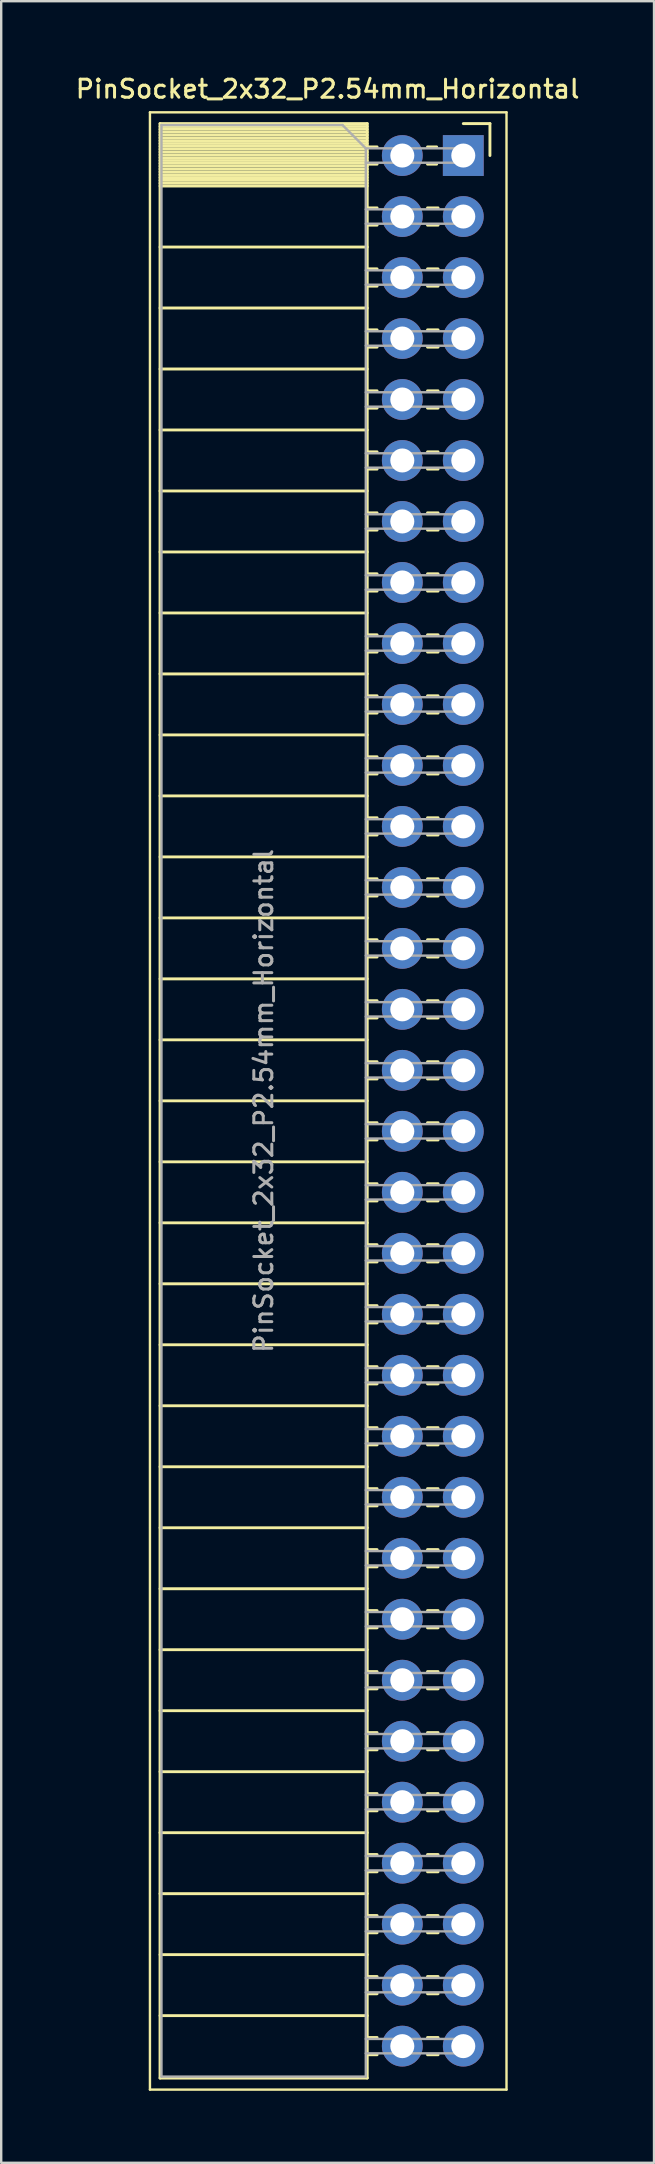
<source format=kicad_pcb>
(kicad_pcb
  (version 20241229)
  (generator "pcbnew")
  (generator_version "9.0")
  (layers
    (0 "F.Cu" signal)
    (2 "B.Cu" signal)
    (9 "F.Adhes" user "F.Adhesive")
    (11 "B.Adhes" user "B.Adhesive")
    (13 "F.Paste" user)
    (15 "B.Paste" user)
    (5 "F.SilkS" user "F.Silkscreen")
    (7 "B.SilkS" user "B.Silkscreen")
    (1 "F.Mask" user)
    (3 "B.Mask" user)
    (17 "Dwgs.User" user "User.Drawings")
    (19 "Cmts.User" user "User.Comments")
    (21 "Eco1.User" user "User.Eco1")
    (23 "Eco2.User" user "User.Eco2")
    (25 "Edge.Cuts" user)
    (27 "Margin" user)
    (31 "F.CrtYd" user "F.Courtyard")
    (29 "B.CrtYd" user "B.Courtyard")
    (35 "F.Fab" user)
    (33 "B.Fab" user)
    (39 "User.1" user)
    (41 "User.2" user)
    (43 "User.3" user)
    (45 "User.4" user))
  (footprint "PinSocket_2x32_P2.54mm_Horizontal"
    (layer "F.Cu")
    (at 16.245 3.428)
    (property "Reference" "PinSocket_2x32_P2.54mm_Horizontal" (at -5.65 -2.77 0) (layer "F.SilkS") (effects (font (size 0.75 0.75) (thickness 0.125))))
    (attr through_hole)
    (fp_line (start -13.05 -1.8) (end -13.05 80.55) (stroke (width 0.1) (type solid)) (layer "F.SilkS"))
    (fp_line (start -13.05 80.55) (end 1.8 80.55) (stroke (width 0.1) (type solid)) (layer "F.SilkS"))
    (fp_line (start -12.63 -1.33) (end -12.63 80.07) (stroke (width 0.12) (type solid)) (layer "F.SilkS"))
    (fp_line (start -12.63 -1.33) (end -4 -1.33) (stroke (width 0.12) (type solid)) (layer "F.SilkS"))
    (fp_line (start -12.63 -1.21) (end -4 -1.21) (stroke (width 0.12) (type solid)) (layer "F.SilkS"))
    (fp_line (start -12.63 -1.092) (end -4 -1.092) (stroke (width 0.12) (type solid)) (layer "F.SilkS"))
    (fp_line (start -12.63 -0.974) (end -4 -0.974) (stroke (width 0.12) (type solid)) (layer "F.SilkS"))
    (fp_line (start -12.63 -0.856) (end -4 -0.856) (stroke (width 0.12) (type solid)) (layer "F.SilkS"))
    (fp_line (start -12.63 -0.738) (end -4 -0.738) (stroke (width 0.12) (type solid)) (layer "F.SilkS"))
    (fp_line (start -12.63 -0.62) (end -4 -0.62) (stroke (width 0.12) (type solid)) (layer "F.SilkS"))
    (fp_line (start -12.63 -0.501) (end -4 -0.501) (stroke (width 0.12) (type solid)) (layer "F.SilkS"))
    (fp_line (start -12.63 -0.383) (end -4 -0.383) (stroke (width 0.12) (type solid)) (layer "F.SilkS"))
    (fp_line (start -12.63 -0.265) (end -4 -0.265) (stroke (width 0.12) (type solid)) (layer "F.SilkS"))
    (fp_line (start -12.63 -0.147) (end -4 -0.147) (stroke (width 0.12) (type solid)) (layer "F.SilkS"))
    (fp_line (start -12.63 -0.029) (end -4 -0.029) (stroke (width 0.12) (type solid)) (layer "F.SilkS"))
    (fp_line (start -12.63 0.089) (end -4 0.089) (stroke (width 0.12) (type solid)) (layer "F.SilkS"))
    (fp_line (start -12.63 0.207) (end -4 0.207) (stroke (width 0.12) (type solid)) (layer "F.SilkS"))
    (fp_line (start -12.63 0.325) (end -4 0.325) (stroke (width 0.12) (type solid)) (layer "F.SilkS"))
    (fp_line (start -12.63 0.443) (end -4 0.443) (stroke (width 0.12) (type solid)) (layer "F.SilkS"))
    (fp_line (start -12.63 0.561) (end -4 0.561) (stroke (width 0.12) (type solid)) (layer "F.SilkS"))
    (fp_line (start -12.63 0.68) (end -4 0.68) (stroke (width 0.12) (type solid)) (layer "F.SilkS"))
    (fp_line (start -12.63 0.798) (end -4 0.798) (stroke (width 0.12) (type solid)) (layer "F.SilkS"))
    (fp_line (start -12.63 0.916) (end -4 0.916) (stroke (width 0.12) (type solid)) (layer "F.SilkS"))
    (fp_line (start -12.63 1.034) (end -4 1.034) (stroke (width 0.12) (type solid)) (layer "F.SilkS"))
    (fp_line (start -12.63 1.152) (end -4 1.152) (stroke (width 0.12) (type solid)) (layer "F.SilkS"))
    (fp_line (start -12.63 1.27) (end -4 1.27) (stroke (width 0.12) (type solid)) (layer "F.SilkS"))
    (fp_line (start -12.63 3.81) (end -4 3.81) (stroke (width 0.12) (type solid)) (layer "F.SilkS"))
    (fp_line (start -12.63 6.35) (end -4 6.35) (stroke (width 0.12) (type solid)) (layer "F.SilkS"))
    (fp_line (start -12.63 8.89) (end -4 8.89) (stroke (width 0.12) (type solid)) (layer "F.SilkS"))
    (fp_line (start -12.63 11.43) (end -4 11.43) (stroke (width 0.12) (type solid)) (layer "F.SilkS"))
    (fp_line (start -12.63 13.97) (end -4 13.97) (stroke (width 0.12) (type solid)) (layer "F.SilkS"))
    (fp_line (start -12.63 16.51) (end -4 16.51) (stroke (width 0.12) (type solid)) (layer "F.SilkS"))
    (fp_line (start -12.63 19.05) (end -4 19.05) (stroke (width 0.12) (type solid)) (layer "F.SilkS"))
    (fp_line (start -12.63 21.59) (end -4 21.59) (stroke (width 0.12) (type solid)) (layer "F.SilkS"))
    (fp_line (start -12.63 24.13) (end -4 24.13) (stroke (width 0.12) (type solid)) (layer "F.SilkS"))
    (fp_line (start -12.63 26.67) (end -4 26.67) (stroke (width 0.12) (type solid)) (layer "F.SilkS"))
    (fp_line (start -12.63 29.21) (end -4 29.21) (stroke (width 0.12) (type solid)) (layer "F.SilkS"))
    (fp_line (start -12.63 31.75) (end -4 31.75) (stroke (width 0.12) (type solid)) (layer "F.SilkS"))
    (fp_line (start -12.63 34.29) (end -4 34.29) (stroke (width 0.12) (type solid)) (layer "F.SilkS"))
    (fp_line (start -12.63 36.83) (end -4 36.83) (stroke (width 0.12) (type solid)) (layer "F.SilkS"))
    (fp_line (start -12.63 39.37) (end -4 39.37) (stroke (width 0.12) (type solid)) (layer "F.SilkS"))
    (fp_line (start -12.63 41.91) (end -4 41.91) (stroke (width 0.12) (type solid)) (layer "F.SilkS"))
    (fp_line (start -12.63 44.45) (end -4 44.45) (stroke (width 0.12) (type solid)) (layer "F.SilkS"))
    (fp_line (start -12.63 46.99) (end -4 46.99) (stroke (width 0.12) (type solid)) (layer "F.SilkS"))
    (fp_line (start -12.63 49.53) (end -4 49.53) (stroke (width 0.12) (type solid)) (layer "F.SilkS"))
    (fp_line (start -12.63 52.07) (end -4 52.07) (stroke (width 0.12) (type solid)) (layer "F.SilkS"))
    (fp_line (start -12.63 54.61) (end -4 54.61) (stroke (width 0.12) (type solid)) (layer "F.SilkS"))
    (fp_line (start -12.63 57.15) (end -4 57.15) (stroke (width 0.12) (type solid)) (layer "F.SilkS"))
    (fp_line (start -12.63 59.69) (end -4 59.69) (stroke (width 0.12) (type solid)) (layer "F.SilkS"))
    (fp_line (start -12.63 62.23) (end -4 62.23) (stroke (width 0.12) (type solid)) (layer "F.SilkS"))
    (fp_line (start -12.63 64.77) (end -4 64.77) (stroke (width 0.12) (type solid)) (layer "F.SilkS"))
    (fp_line (start -12.63 67.31) (end -4 67.31) (stroke (width 0.12) (type solid)) (layer "F.SilkS"))
    (fp_line (start -12.63 69.85) (end -4 69.85) (stroke (width 0.12) (type solid)) (layer "F.SilkS"))
    (fp_line (start -12.63 72.39) (end -4 72.39) (stroke (width 0.12) (type solid)) (layer "F.SilkS"))
    (fp_line (start -12.63 74.93) (end -4 74.93) (stroke (width 0.12) (type solid)) (layer "F.SilkS"))
    (fp_line (start -12.63 77.47) (end -4 77.47) (stroke (width 0.12) (type solid)) (layer "F.SilkS"))
    (fp_line (start -12.63 80.07) (end -4 80.07) (stroke (width 0.12) (type solid)) (layer "F.SilkS"))
    (fp_line (start -4 -1.33) (end -4 80.07) (stroke (width 0.12) (type solid)) (layer "F.SilkS"))
    (fp_line (start -4 -0.36) (end -3.59 -0.36) (stroke (width 0.12) (type solid)) (layer "F.SilkS"))
    (fp_line (start -4 0.36) (end -3.59 0.36) (stroke (width 0.12) (type solid)) (layer "F.SilkS"))
    (fp_line (start -4 2.18) (end -3.59 2.18) (stroke (width 0.12) (type solid)) (layer "F.SilkS"))
    (fp_line (start -4 2.9) (end -3.59 2.9) (stroke (width 0.12) (type solid)) (layer "F.SilkS"))
    (fp_line (start -4 4.72) (end -3.59 4.72) (stroke (width 0.12) (type solid)) (layer "F.SilkS"))
    (fp_line (start -4 5.44) (end -3.59 5.44) (stroke (width 0.12) (type solid)) (layer "F.SilkS"))
    (fp_line (start -4 7.26) (end -3.59 7.26) (stroke (width 0.12) (type solid)) (layer "F.SilkS"))
    (fp_line (start -4 7.98) (end -3.59 7.98) (stroke (width 0.12) (type solid)) (layer "F.SilkS"))
    (fp_line (start -4 9.8) (end -3.59 9.8) (stroke (width 0.12) (type solid)) (layer "F.SilkS"))
    (fp_line (start -4 10.52) (end -3.59 10.52) (stroke (width 0.12) (type solid)) (layer "F.SilkS"))
    (fp_line (start -4 12.34) (end -3.59 12.34) (stroke (width 0.12) (type solid)) (layer "F.SilkS"))
    (fp_line (start -4 13.06) (end -3.59 13.06) (stroke (width 0.12) (type solid)) (layer "F.SilkS"))
    (fp_line (start -4 14.88) (end -3.59 14.88) (stroke (width 0.12) (type solid)) (layer "F.SilkS"))
    (fp_line (start -4 15.6) (end -3.59 15.6) (stroke (width 0.12) (type solid)) (layer "F.SilkS"))
    (fp_line (start -4 17.42) (end -3.59 17.42) (stroke (width 0.12) (type solid)) (layer "F.SilkS"))
    (fp_line (start -4 18.14) (end -3.59 18.14) (stroke (width 0.12) (type solid)) (layer "F.SilkS"))
    (fp_line (start -4 19.96) (end -3.59 19.96) (stroke (width 0.12) (type solid)) (layer "F.SilkS"))
    (fp_line (start -4 20.68) (end -3.59 20.68) (stroke (width 0.12) (type solid)) (layer "F.SilkS"))
    (fp_line (start -4 22.5) (end -3.59 22.5) (stroke (width 0.12) (type solid)) (layer "F.SilkS"))
    (fp_line (start -4 23.22) (end -3.59 23.22) (stroke (width 0.12) (type solid)) (layer "F.SilkS"))
    (fp_line (start -4 25.04) (end -3.59 25.04) (stroke (width 0.12) (type solid)) (layer "F.SilkS"))
    (fp_line (start -4 25.76) (end -3.59 25.76) (stroke (width 0.12) (type solid)) (layer "F.SilkS"))
    (fp_line (start -4 27.58) (end -3.59 27.58) (stroke (width 0.12) (type solid)) (layer "F.SilkS"))
    (fp_line (start -4 28.3) (end -3.59 28.3) (stroke (width 0.12) (type solid)) (layer "F.SilkS"))
    (fp_line (start -4 30.12) (end -3.59 30.12) (stroke (width 0.12) (type solid)) (layer "F.SilkS"))
    (fp_line (start -4 30.84) (end -3.59 30.84) (stroke (width 0.12) (type solid)) (layer "F.SilkS"))
    (fp_line (start -4 32.66) (end -3.59 32.66) (stroke (width 0.12) (type solid)) (layer "F.SilkS"))
    (fp_line (start -4 33.38) (end -3.59 33.38) (stroke (width 0.12) (type solid)) (layer "F.SilkS"))
    (fp_line (start -4 35.2) (end -3.59 35.2) (stroke (width 0.12) (type solid)) (layer "F.SilkS"))
    (fp_line (start -4 35.92) (end -3.59 35.92) (stroke (width 0.12) (type solid)) (layer "F.SilkS"))
    (fp_line (start -4 37.74) (end -3.59 37.74) (stroke (width 0.12) (type solid)) (layer "F.SilkS"))
    (fp_line (start -4 38.46) (end -3.59 38.46) (stroke (width 0.12) (type solid)) (layer "F.SilkS"))
    (fp_line (start -4 40.28) (end -3.59 40.28) (stroke (width 0.12) (type solid)) (layer "F.SilkS"))
    (fp_line (start -4 41) (end -3.59 41) (stroke (width 0.12) (type solid)) (layer "F.SilkS"))
    (fp_line (start -4 42.82) (end -3.59 42.82) (stroke (width 0.12) (type solid)) (layer "F.SilkS"))
    (fp_line (start -4 43.54) (end -3.59 43.54) (stroke (width 0.12) (type solid)) (layer "F.SilkS"))
    (fp_line (start -4 45.36) (end -3.59 45.36) (stroke (width 0.12) (type solid)) (layer "F.SilkS"))
    (fp_line (start -4 46.08) (end -3.59 46.08) (stroke (width 0.12) (type solid)) (layer "F.SilkS"))
    (fp_line (start -4 47.9) (end -3.59 47.9) (stroke (width 0.12) (type solid)) (layer "F.SilkS"))
    (fp_line (start -4 48.62) (end -3.59 48.62) (stroke (width 0.12) (type solid)) (layer "F.SilkS"))
    (fp_line (start -4 50.44) (end -3.59 50.44) (stroke (width 0.12) (type solid)) (layer "F.SilkS"))
    (fp_line (start -4 51.16) (end -3.59 51.16) (stroke (width 0.12) (type solid)) (layer "F.SilkS"))
    (fp_line (start -4 52.98) (end -3.59 52.98) (stroke (width 0.12) (type solid)) (layer "F.SilkS"))
    (fp_line (start -4 53.7) (end -3.59 53.7) (stroke (width 0.12) (type solid)) (layer "F.SilkS"))
    (fp_line (start -4 55.52) (end -3.59 55.52) (stroke (width 0.12) (type solid)) (layer "F.SilkS"))
    (fp_line (start -4 56.24) (end -3.59 56.24) (stroke (width 0.12) (type solid)) (layer "F.SilkS"))
    (fp_line (start -4 58.06) (end -3.59 58.06) (stroke (width 0.12) (type solid)) (layer "F.SilkS"))
    (fp_line (start -4 58.78) (end -3.59 58.78) (stroke (width 0.12) (type solid)) (layer "F.SilkS"))
    (fp_line (start -4 60.6) (end -3.59 60.6) (stroke (width 0.12) (type solid)) (layer "F.SilkS"))
    (fp_line (start -4 61.32) (end -3.59 61.32) (stroke (width 0.12) (type solid)) (layer "F.SilkS"))
    (fp_line (start -4 63.14) (end -3.59 63.14) (stroke (width 0.12) (type solid)) (layer "F.SilkS"))
    (fp_line (start -4 63.86) (end -3.59 63.86) (stroke (width 0.12) (type solid)) (layer "F.SilkS"))
    (fp_line (start -4 65.68) (end -3.59 65.68) (stroke (width 0.12) (type solid)) (layer "F.SilkS"))
    (fp_line (start -4 66.4) (end -3.59 66.4) (stroke (width 0.12) (type solid)) (layer "F.SilkS"))
    (fp_line (start -4 68.22) (end -3.59 68.22) (stroke (width 0.12) (type solid)) (layer "F.SilkS"))
    (fp_line (start -4 68.94) (end -3.59 68.94) (stroke (width 0.12) (type solid)) (layer "F.SilkS"))
    (fp_line (start -4 70.76) (end -3.59 70.76) (stroke (width 0.12) (type solid)) (layer "F.SilkS"))
    (fp_line (start -4 71.48) (end -3.59 71.48) (stroke (width 0.12) (type solid)) (layer "F.SilkS"))
    (fp_line (start -4 73.3) (end -3.59 73.3) (stroke (width 0.12) (type solid)) (layer "F.SilkS"))
    (fp_line (start -4 74.02) (end -3.59 74.02) (stroke (width 0.12) (type solid)) (layer "F.SilkS"))
    (fp_line (start -4 75.84) (end -3.59 75.84) (stroke (width 0.12) (type solid)) (layer "F.SilkS"))
    (fp_line (start -4 76.56) (end -3.59 76.56) (stroke (width 0.12) (type solid)) (layer "F.SilkS"))
    (fp_line (start -4 78.38) (end -3.59 78.38) (stroke (width 0.12) (type solid)) (layer "F.SilkS"))
    (fp_line (start -4 79.1) (end -3.59 79.1) (stroke (width 0.12) (type solid)) (layer "F.SilkS"))
    (fp_line (start -1.49 -0.36) (end -1.11 -0.36) (stroke (width 0.12) (type solid)) (layer "F.SilkS"))
    (fp_line (start -1.49 0.36) (end -1.11 0.36) (stroke (width 0.12) (type solid)) (layer "F.SilkS"))
    (fp_line (start -1.49 2.18) (end -1.05 2.18) (stroke (width 0.12) (type solid)) (layer "F.SilkS"))
    (fp_line (start -1.49 2.9) (end -1.05 2.9) (stroke (width 0.12) (type solid)) (layer "F.SilkS"))
    (fp_line (start -1.49 4.72) (end -1.05 4.72) (stroke (width 0.12) (type solid)) (layer "F.SilkS"))
    (fp_line (start -1.49 5.44) (end -1.05 5.44) (stroke (width 0.12) (type solid)) (layer "F.SilkS"))
    (fp_line (start -1.49 7.26) (end -1.05 7.26) (stroke (width 0.12) (type solid)) (layer "F.SilkS"))
    (fp_line (start -1.49 7.98) (end -1.05 7.98) (stroke (width 0.12) (type solid)) (layer "F.SilkS"))
    (fp_line (start -1.49 9.8) (end -1.05 9.8) (stroke (width 0.12) (type solid)) (layer "F.SilkS"))
    (fp_line (start -1.49 10.52) (end -1.05 10.52) (stroke (width 0.12) (type solid)) (layer "F.SilkS"))
    (fp_line (start -1.49 12.34) (end -1.05 12.34) (stroke (width 0.12) (type solid)) (layer "F.SilkS"))
    (fp_line (start -1.49 13.06) (end -1.05 13.06) (stroke (width 0.12) (type solid)) (layer "F.SilkS"))
    (fp_line (start -1.49 14.88) (end -1.05 14.88) (stroke (width 0.12) (type solid)) (layer "F.SilkS"))
    (fp_line (start -1.49 15.6) (end -1.05 15.6) (stroke (width 0.12) (type solid)) (layer "F.SilkS"))
    (fp_line (start -1.49 17.42) (end -1.05 17.42) (stroke (width 0.12) (type solid)) (layer "F.SilkS"))
    (fp_line (start -1.49 18.14) (end -1.05 18.14) (stroke (width 0.12) (type solid)) (layer "F.SilkS"))
    (fp_line (start -1.49 19.96) (end -1.05 19.96) (stroke (width 0.12) (type solid)) (layer "F.SilkS"))
    (fp_line (start -1.49 20.68) (end -1.05 20.68) (stroke (width 0.12) (type solid)) (layer "F.SilkS"))
    (fp_line (start -1.49 22.5) (end -1.05 22.5) (stroke (width 0.12) (type solid)) (layer "F.SilkS"))
    (fp_line (start -1.49 23.22) (end -1.05 23.22) (stroke (width 0.12) (type solid)) (layer "F.SilkS"))
    (fp_line (start -1.49 25.04) (end -1.05 25.04) (stroke (width 0.12) (type solid)) (layer "F.SilkS"))
    (fp_line (start -1.49 25.76) (end -1.05 25.76) (stroke (width 0.12) (type solid)) (layer "F.SilkS"))
    (fp_line (start -1.49 27.58) (end -1.05 27.58) (stroke (width 0.12) (type solid)) (layer "F.SilkS"))
    (fp_line (start -1.49 28.3) (end -1.05 28.3) (stroke (width 0.12) (type solid)) (layer "F.SilkS"))
    (fp_line (start -1.49 30.12) (end -1.05 30.12) (stroke (width 0.12) (type solid)) (layer "F.SilkS"))
    (fp_line (start -1.49 30.84) (end -1.05 30.84) (stroke (width 0.12) (type solid)) (layer "F.SilkS"))
    (fp_line (start -1.49 32.66) (end -1.05 32.66) (stroke (width 0.12) (type solid)) (layer "F.SilkS"))
    (fp_line (start -1.49 33.38) (end -1.05 33.38) (stroke (width 0.12) (type solid)) (layer "F.SilkS"))
    (fp_line (start -1.49 35.2) (end -1.05 35.2) (stroke (width 0.12) (type solid)) (layer "F.SilkS"))
    (fp_line (start -1.49 35.92) (end -1.05 35.92) (stroke (width 0.12) (type solid)) (layer "F.SilkS"))
    (fp_line (start -1.49 37.74) (end -1.05 37.74) (stroke (width 0.12) (type solid)) (layer "F.SilkS"))
    (fp_line (start -1.49 38.46) (end -1.05 38.46) (stroke (width 0.12) (type solid)) (layer "F.SilkS"))
    (fp_line (start -1.49 40.28) (end -1.05 40.28) (stroke (width 0.12) (type solid)) (layer "F.SilkS"))
    (fp_line (start -1.49 41) (end -1.05 41) (stroke (width 0.12) (type solid)) (layer "F.SilkS"))
    (fp_line (start -1.49 42.82) (end -1.05 42.82) (stroke (width 0.12) (type solid)) (layer "F.SilkS"))
    (fp_line (start -1.49 43.54) (end -1.05 43.54) (stroke (width 0.12) (type solid)) (layer "F.SilkS"))
    (fp_line (start -1.49 45.36) (end -1.05 45.36) (stroke (width 0.12) (type solid)) (layer "F.SilkS"))
    (fp_line (start -1.49 46.08) (end -1.05 46.08) (stroke (width 0.12) (type solid)) (layer "F.SilkS"))
    (fp_line (start -1.49 47.9) (end -1.05 47.9) (stroke (width 0.12) (type solid)) (layer "F.SilkS"))
    (fp_line (start -1.49 48.62) (end -1.05 48.62) (stroke (width 0.12) (type solid)) (layer "F.SilkS"))
    (fp_line (start -1.49 50.44) (end -1.05 50.44) (stroke (width 0.12) (type solid)) (layer "F.SilkS"))
    (fp_line (start -1.49 51.16) (end -1.05 51.16) (stroke (width 0.12) (type solid)) (layer "F.SilkS"))
    (fp_line (start -1.49 52.98) (end -1.05 52.98) (stroke (width 0.12) (type solid)) (layer "F.SilkS"))
    (fp_line (start -1.49 53.7) (end -1.05 53.7) (stroke (width 0.12) (type solid)) (layer "F.SilkS"))
    (fp_line (start -1.49 55.52) (end -1.05 55.52) (stroke (width 0.12) (type solid)) (layer "F.SilkS"))
    (fp_line (start -1.49 56.24) (end -1.05 56.24) (stroke (width 0.12) (type solid)) (layer "F.SilkS"))
    (fp_line (start -1.49 58.06) (end -1.05 58.06) (stroke (width 0.12) (type solid)) (layer "F.SilkS"))
    (fp_line (start -1.49 58.78) (end -1.05 58.78) (stroke (width 0.12) (type solid)) (layer "F.SilkS"))
    (fp_line (start -1.49 60.6) (end -1.05 60.6) (stroke (width 0.12) (type solid)) (layer "F.SilkS"))
    (fp_line (start -1.49 61.32) (end -1.05 61.32) (stroke (width 0.12) (type solid)) (layer "F.SilkS"))
    (fp_line (start -1.49 63.14) (end -1.05 63.14) (stroke (width 0.12) (type solid)) (layer "F.SilkS"))
    (fp_line (start -1.49 63.86) (end -1.05 63.86) (stroke (width 0.12) (type solid)) (layer "F.SilkS"))
    (fp_line (start -1.49 65.68) (end -1.05 65.68) (stroke (width 0.12) (type solid)) (layer "F.SilkS"))
    (fp_line (start -1.49 66.4) (end -1.05 66.4) (stroke (width 0.12) (type solid)) (layer "F.SilkS"))
    (fp_line (start -1.49 68.22) (end -1.05 68.22) (stroke (width 0.12) (type solid)) (layer "F.SilkS"))
    (fp_line (start -1.49 68.94) (end -1.05 68.94) (stroke (width 0.12) (type solid)) (layer "F.SilkS"))
    (fp_line (start -1.49 70.76) (end -1.05 70.76) (stroke (width 0.12) (type solid)) (layer "F.SilkS"))
    (fp_line (start -1.49 71.48) (end -1.05 71.48) (stroke (width 0.12) (type solid)) (layer "F.SilkS"))
    (fp_line (start -1.49 73.3) (end -1.05 73.3) (stroke (width 0.12) (type solid)) (layer "F.SilkS"))
    (fp_line (start -1.49 74.02) (end -1.05 74.02) (stroke (width 0.12) (type solid)) (layer "F.SilkS"))
    (fp_line (start -1.49 75.84) (end -1.05 75.84) (stroke (width 0.12) (type solid)) (layer "F.SilkS"))
    (fp_line (start -1.49 76.56) (end -1.05 76.56) (stroke (width 0.12) (type solid)) (layer "F.SilkS"))
    (fp_line (start -1.49 78.38) (end -1.05 78.38) (stroke (width 0.12) (type solid)) (layer "F.SilkS"))
    (fp_line (start -1.49 79.1) (end -1.05 79.1) (stroke (width 0.12) (type solid)) (layer "F.SilkS"))
    (fp_line (start 0 -1.33) (end 1.11 -1.33) (stroke (width 0.12) (type solid)) (layer "F.SilkS"))
    (fp_line (start 1.11 -1.33) (end 1.11 0) (stroke (width 0.12) (type solid)) (layer "F.SilkS"))
    (fp_line (start 1.8 -1.8) (end -13.05 -1.8) (stroke (width 0.1) (type solid)) (layer "F.SilkS"))
    (fp_line (start 1.8 80.55) (end 1.8 -1.8) (stroke (width 0.1) (type solid)) (layer "F.SilkS"))
    (fp_line (start -12.57 -1.27) (end -5.03 -1.27) (stroke (width 0.1) (type solid)) (layer "F.Fab"))
    (fp_line (start -12.57 80.01) (end -12.57 -1.27) (stroke (width 0.1) (type solid)) (layer "F.Fab"))
    (fp_line (start -5.03 -1.27) (end -4.06 -0.3) (stroke (width 0.1) (type solid)) (layer "F.Fab"))
    (fp_line (start -4.06 -0.3) (end -4.06 80.01) (stroke (width 0.1) (type solid)) (layer "F.Fab"))
    (fp_line (start -4.06 0.3) (end 0 0.3) (stroke (width 0.1) (type solid)) (layer "F.Fab"))
    (fp_line (start -4.06 2.84) (end 0 2.84) (stroke (width 0.1) (type solid)) (layer "F.Fab"))
    (fp_line (start -4.06 5.38) (end 0 5.38) (stroke (width 0.1) (type solid)) (layer "F.Fab"))
    (fp_line (start -4.06 7.92) (end 0 7.92) (stroke (width 0.1) (type solid)) (layer "F.Fab"))
    (fp_line (start -4.06 10.46) (end 0 10.46) (stroke (width 0.1) (type solid)) (layer "F.Fab"))
    (fp_line (start -4.06 13) (end 0 13) (stroke (width 0.1) (type solid)) (layer "F.Fab"))
    (fp_line (start -4.06 15.54) (end 0 15.54) (stroke (width 0.1) (type solid)) (layer "F.Fab"))
    (fp_line (start -4.06 18.08) (end 0 18.08) (stroke (width 0.1) (type solid)) (layer "F.Fab"))
    (fp_line (start -4.06 20.62) (end 0 20.62) (stroke (width 0.1) (type solid)) (layer "F.Fab"))
    (fp_line (start -4.06 23.16) (end 0 23.16) (stroke (width 0.1) (type solid)) (layer "F.Fab"))
    (fp_line (start -4.06 25.7) (end 0 25.7) (stroke (width 0.1) (type solid)) (layer "F.Fab"))
    (fp_line (start -4.06 28.24) (end 0 28.24) (stroke (width 0.1) (type solid)) (layer "F.Fab"))
    (fp_line (start -4.06 30.78) (end 0 30.78) (stroke (width 0.1) (type solid)) (layer "F.Fab"))
    (fp_line (start -4.06 33.32) (end 0 33.32) (stroke (width 0.1) (type solid)) (layer "F.Fab"))
    (fp_line (start -4.06 35.86) (end 0 35.86) (stroke (width 0.1) (type solid)) (layer "F.Fab"))
    (fp_line (start -4.06 38.4) (end 0 38.4) (stroke (width 0.1) (type solid)) (layer "F.Fab"))
    (fp_line (start -4.06 40.94) (end 0 40.94) (stroke (width 0.1) (type solid)) (layer "F.Fab"))
    (fp_line (start -4.06 43.48) (end 0 43.48) (stroke (width 0.1) (type solid)) (layer "F.Fab"))
    (fp_line (start -4.06 46.02) (end 0 46.02) (stroke (width 0.1) (type solid)) (layer "F.Fab"))
    (fp_line (start -4.06 48.56) (end 0 48.56) (stroke (width 0.1) (type solid)) (layer "F.Fab"))
    (fp_line (start -4.06 51.1) (end 0 51.1) (stroke (width 0.1) (type solid)) (layer "F.Fab"))
    (fp_line (start -4.06 53.64) (end 0 53.64) (stroke (width 0.1) (type solid)) (layer "F.Fab"))
    (fp_line (start -4.06 56.18) (end 0 56.18) (stroke (width 0.1) (type solid)) (layer "F.Fab"))
    (fp_line (start -4.06 58.72) (end 0 58.72) (stroke (width 0.1) (type solid)) (layer "F.Fab"))
    (fp_line (start -4.06 61.26) (end 0 61.26) (stroke (width 0.1) (type solid)) (layer "F.Fab"))
    (fp_line (start -4.06 63.8) (end 0 63.8) (stroke (width 0.1) (type solid)) (layer "F.Fab"))
    (fp_line (start -4.06 66.34) (end 0 66.34) (stroke (width 0.1) (type solid)) (layer "F.Fab"))
    (fp_line (start -4.06 68.88) (end 0 68.88) (stroke (width 0.1) (type solid)) (layer "F.Fab"))
    (fp_line (start -4.06 71.42) (end 0 71.42) (stroke (width 0.1) (type solid)) (layer "F.Fab"))
    (fp_line (start -4.06 73.96) (end 0 73.96) (stroke (width 0.1) (type solid)) (layer "F.Fab"))
    (fp_line (start -4.06 76.5) (end 0 76.5) (stroke (width 0.1) (type solid)) (layer "F.Fab"))
    (fp_line (start -4.06 79.04) (end 0 79.04) (stroke (width 0.1) (type solid)) (layer "F.Fab"))
    (fp_line (start -4.06 80.01) (end -12.57 80.01) (stroke (width 0.1) (type solid)) (layer "F.Fab"))
    (fp_line (start 0 -0.3) (end -4.06 -0.3) (stroke (width 0.1) (type solid)) (layer "F.Fab"))
    (fp_line (start 0 0.3) (end 0 -0.3) (stroke (width 0.1) (type solid)) (layer "F.Fab"))
    (fp_line (start 0 2.24) (end -4.06 2.24) (stroke (width 0.1) (type solid)) (layer "F.Fab"))
    (fp_line (start 0 2.84) (end 0 2.24) (stroke (width 0.1) (type solid)) (layer "F.Fab"))
    (fp_line (start 0 4.78) (end -4.06 4.78) (stroke (width 0.1) (type solid)) (layer "F.Fab"))
    (fp_line (start 0 5.38) (end 0 4.78) (stroke (width 0.1) (type solid)) (layer "F.Fab"))
    (fp_line (start 0 7.32) (end -4.06 7.32) (stroke (width 0.1) (type solid)) (layer "F.Fab"))
    (fp_line (start 0 7.92) (end 0 7.32) (stroke (width 0.1) (type solid)) (layer "F.Fab"))
    (fp_line (start 0 9.86) (end -4.06 9.86) (stroke (width 0.1) (type solid)) (layer "F.Fab"))
    (fp_line (start 0 10.46) (end 0 9.86) (stroke (width 0.1) (type solid)) (layer "F.Fab"))
    (fp_line (start 0 12.4) (end -4.06 12.4) (stroke (width 0.1) (type solid)) (layer "F.Fab"))
    (fp_line (start 0 13) (end 0 12.4) (stroke (width 0.1) (type solid)) (layer "F.Fab"))
    (fp_line (start 0 14.94) (end -4.06 14.94) (stroke (width 0.1) (type solid)) (layer "F.Fab"))
    (fp_line (start 0 15.54) (end 0 14.94) (stroke (width 0.1) (type solid)) (layer "F.Fab"))
    (fp_line (start 0 17.48) (end -4.06 17.48) (stroke (width 0.1) (type solid)) (layer "F.Fab"))
    (fp_line (start 0 18.08) (end 0 17.48) (stroke (width 0.1) (type solid)) (layer "F.Fab"))
    (fp_line (start 0 20.02) (end -4.06 20.02) (stroke (width 0.1) (type solid)) (layer "F.Fab"))
    (fp_line (start 0 20.62) (end 0 20.02) (stroke (width 0.1) (type solid)) (layer "F.Fab"))
    (fp_line (start 0 22.56) (end -4.06 22.56) (stroke (width 0.1) (type solid)) (layer "F.Fab"))
    (fp_line (start 0 23.16) (end 0 22.56) (stroke (width 0.1) (type solid)) (layer "F.Fab"))
    (fp_line (start 0 25.1) (end -4.06 25.1) (stroke (width 0.1) (type solid)) (layer "F.Fab"))
    (fp_line (start 0 25.7) (end 0 25.1) (stroke (width 0.1) (type solid)) (layer "F.Fab"))
    (fp_line (start 0 27.64) (end -4.06 27.64) (stroke (width 0.1) (type solid)) (layer "F.Fab"))
    (fp_line (start 0 28.24) (end 0 27.64) (stroke (width 0.1) (type solid)) (layer "F.Fab"))
    (fp_line (start 0 30.18) (end -4.06 30.18) (stroke (width 0.1) (type solid)) (layer "F.Fab"))
    (fp_line (start 0 30.78) (end 0 30.18) (stroke (width 0.1) (type solid)) (layer "F.Fab"))
    (fp_line (start 0 32.72) (end -4.06 32.72) (stroke (width 0.1) (type solid)) (layer "F.Fab"))
    (fp_line (start 0 33.32) (end 0 32.72) (stroke (width 0.1) (type solid)) (layer "F.Fab"))
    (fp_line (start 0 35.26) (end -4.06 35.26) (stroke (width 0.1) (type solid)) (layer "F.Fab"))
    (fp_line (start 0 35.86) (end 0 35.26) (stroke (width 0.1) (type solid)) (layer "F.Fab"))
    (fp_line (start 0 37.8) (end -4.06 37.8) (stroke (width 0.1) (type solid)) (layer "F.Fab"))
    (fp_line (start 0 38.4) (end 0 37.8) (stroke (width 0.1) (type solid)) (layer "F.Fab"))
    (fp_line (start 0 40.34) (end -4.06 40.34) (stroke (width 0.1) (type solid)) (layer "F.Fab"))
    (fp_line (start 0 40.94) (end 0 40.34) (stroke (width 0.1) (type solid)) (layer "F.Fab"))
    (fp_line (start 0 42.88) (end -4.06 42.88) (stroke (width 0.1) (type solid)) (layer "F.Fab"))
    (fp_line (start 0 43.48) (end 0 42.88) (stroke (width 0.1) (type solid)) (layer "F.Fab"))
    (fp_line (start 0 45.42) (end -4.06 45.42) (stroke (width 0.1) (type solid)) (layer "F.Fab"))
    (fp_line (start 0 46.02) (end 0 45.42) (stroke (width 0.1) (type solid)) (layer "F.Fab"))
    (fp_line (start 0 47.96) (end -4.06 47.96) (stroke (width 0.1) (type solid)) (layer "F.Fab"))
    (fp_line (start 0 48.56) (end 0 47.96) (stroke (width 0.1) (type solid)) (layer "F.Fab"))
    (fp_line (start 0 50.5) (end -4.06 50.5) (stroke (width 0.1) (type solid)) (layer "F.Fab"))
    (fp_line (start 0 51.1) (end 0 50.5) (stroke (width 0.1) (type solid)) (layer "F.Fab"))
    (fp_line (start 0 53.04) (end -4.06 53.04) (stroke (width 0.1) (type solid)) (layer "F.Fab"))
    (fp_line (start 0 53.64) (end 0 53.04) (stroke (width 0.1) (type solid)) (layer "F.Fab"))
    (fp_line (start 0 55.58) (end -4.06 55.58) (stroke (width 0.1) (type solid)) (layer "F.Fab"))
    (fp_line (start 0 56.18) (end 0 55.58) (stroke (width 0.1) (type solid)) (layer "F.Fab"))
    (fp_line (start 0 58.12) (end -4.06 58.12) (stroke (width 0.1) (type solid)) (layer "F.Fab"))
    (fp_line (start 0 58.72) (end 0 58.12) (stroke (width 0.1) (type solid)) (layer "F.Fab"))
    (fp_line (start 0 60.66) (end -4.06 60.66) (stroke (width 0.1) (type solid)) (layer "F.Fab"))
    (fp_line (start 0 61.26) (end 0 60.66) (stroke (width 0.1) (type solid)) (layer "F.Fab"))
    (fp_line (start 0 63.2) (end -4.06 63.2) (stroke (width 0.1) (type solid)) (layer "F.Fab"))
    (fp_line (start 0 63.8) (end 0 63.2) (stroke (width 0.1) (type solid)) (layer "F.Fab"))
    (fp_line (start 0 65.74) (end -4.06 65.74) (stroke (width 0.1) (type solid)) (layer "F.Fab"))
    (fp_line (start 0 66.34) (end 0 65.74) (stroke (width 0.1) (type solid)) (layer "F.Fab"))
    (fp_line (start 0 68.28) (end -4.06 68.28) (stroke (width 0.1) (type solid)) (layer "F.Fab"))
    (fp_line (start 0 68.88) (end 0 68.28) (stroke (width 0.1) (type solid)) (layer "F.Fab"))
    (fp_line (start 0 70.82) (end -4.06 70.82) (stroke (width 0.1) (type solid)) (layer "F.Fab"))
    (fp_line (start 0 71.42) (end 0 70.82) (stroke (width 0.1) (type solid)) (layer "F.Fab"))
    (fp_line (start 0 73.36) (end -4.06 73.36) (stroke (width 0.1) (type solid)) (layer "F.Fab"))
    (fp_line (start 0 73.96) (end 0 73.36) (stroke (width 0.1) (type solid)) (layer "F.Fab"))
    (fp_line (start 0 75.9) (end -4.06 75.9) (stroke (width 0.1) (type solid)) (layer "F.Fab"))
    (fp_line (start 0 76.5) (end 0 75.9) (stroke (width 0.1) (type solid)) (layer "F.Fab"))
    (fp_line (start 0 78.44) (end -4.06 78.44) (stroke (width 0.1) (type solid)) (layer "F.Fab"))
    (fp_line (start 0 79.04) (end 0 78.44) (stroke (width 0.1) (type solid)) (layer "F.Fab"))
    (fp_text user "${REFERENCE}" (at -8.315 39.37 90) (layer "F.Fab") (effects (font (size 0.75 0.75) (thickness 0.125))))
    (pad "1" thru_hole rect (at 0 0) (size 1.7 1.7) (drill 1) (layers "*.Cu" "*.Mask"))
    (pad "2" thru_hole oval (at -2.54 0) (size 1.7 1.7) (drill 1) (layers "*.Cu" "*.Mask"))
    (pad "3" thru_hole oval (at 0 2.54) (size 1.7 1.7) (drill 1) (layers "*.Cu" "*.Mask"))
    (pad "4" thru_hole oval (at -2.54 2.54) (size 1.7 1.7) (drill 1) (layers "*.Cu" "*.Mask"))
    (pad "5" thru_hole oval (at 0 5.08) (size 1.7 1.7) (drill 1) (layers "*.Cu" "*.Mask"))
    (pad "6" thru_hole oval (at -2.54 5.08) (size 1.7 1.7) (drill 1) (layers "*.Cu" "*.Mask"))
    (pad "7" thru_hole oval (at 0 7.62) (size 1.7 1.7) (drill 1) (layers "*.Cu" "*.Mask"))
    (pad "8" thru_hole oval (at -2.54 7.62) (size 1.7 1.7) (drill 1) (layers "*.Cu" "*.Mask"))
    (pad "9" thru_hole oval (at 0 10.16) (size 1.7 1.7) (drill 1) (layers "*.Cu" "*.Mask"))
    (pad "10" thru_hole oval (at -2.54 10.16) (size 1.7 1.7) (drill 1) (layers "*.Cu" "*.Mask"))
    (pad "11" thru_hole oval (at 0 12.7) (size 1.7 1.7) (drill 1) (layers "*.Cu" "*.Mask"))
    (pad "12" thru_hole oval (at -2.54 12.7) (size 1.7 1.7) (drill 1) (layers "*.Cu" "*.Mask"))
    (pad "13" thru_hole oval (at 0 15.24) (size 1.7 1.7) (drill 1) (layers "*.Cu" "*.Mask"))
    (pad "14" thru_hole oval (at -2.54 15.24) (size 1.7 1.7) (drill 1) (layers "*.Cu" "*.Mask"))
    (pad "15" thru_hole oval (at 0 17.78) (size 1.7 1.7) (drill 1) (layers "*.Cu" "*.Mask"))
    (pad "16" thru_hole oval (at -2.54 17.78) (size 1.7 1.7) (drill 1) (layers "*.Cu" "*.Mask"))
    (pad "17" thru_hole oval (at 0 20.32) (size 1.7 1.7) (drill 1) (layers "*.Cu" "*.Mask"))
    (pad "18" thru_hole oval (at -2.54 20.32) (size 1.7 1.7) (drill 1) (layers "*.Cu" "*.Mask"))
    (pad "19" thru_hole oval (at 0 22.86) (size 1.7 1.7) (drill 1) (layers "*.Cu" "*.Mask"))
    (pad "20" thru_hole oval (at -2.54 22.86) (size 1.7 1.7) (drill 1) (layers "*.Cu" "*.Mask"))
    (pad "21" thru_hole oval (at 0 25.4) (size 1.7 1.7) (drill 1) (layers "*.Cu" "*.Mask"))
    (pad "22" thru_hole oval (at -2.54 25.4) (size 1.7 1.7) (drill 1) (layers "*.Cu" "*.Mask"))
    (pad "23" thru_hole oval (at 0 27.94) (size 1.7 1.7) (drill 1) (layers "*.Cu" "*.Mask"))
    (pad "24" thru_hole oval (at -2.54 27.94) (size 1.7 1.7) (drill 1) (layers "*.Cu" "*.Mask"))
    (pad "25" thru_hole oval (at 0 30.48) (size 1.7 1.7) (drill 1) (layers "*.Cu" "*.Mask"))
    (pad "26" thru_hole oval (at -2.54 30.48) (size 1.7 1.7) (drill 1) (layers "*.Cu" "*.Mask"))
    (pad "27" thru_hole oval (at 0 33.02) (size 1.7 1.7) (drill 1) (layers "*.Cu" "*.Mask"))
    (pad "28" thru_hole oval (at -2.54 33.02) (size 1.7 1.7) (drill 1) (layers "*.Cu" "*.Mask"))
    (pad "29" thru_hole oval (at 0 35.56) (size 1.7 1.7) (drill 1) (layers "*.Cu" "*.Mask"))
    (pad "30" thru_hole oval (at -2.54 35.56) (size 1.7 1.7) (drill 1) (layers "*.Cu" "*.Mask"))
    (pad "31" thru_hole oval (at 0 38.1) (size 1.7 1.7) (drill 1) (layers "*.Cu" "*.Mask"))
    (pad "32" thru_hole oval (at -2.54 38.1) (size 1.7 1.7) (drill 1) (layers "*.Cu" "*.Mask"))
    (pad "33" thru_hole oval (at 0 40.64) (size 1.7 1.7) (drill 1) (layers "*.Cu" "*.Mask"))
    (pad "34" thru_hole oval (at -2.54 40.64) (size 1.7 1.7) (drill 1) (layers "*.Cu" "*.Mask"))
    (pad "35" thru_hole oval (at 0 43.18) (size 1.7 1.7) (drill 1) (layers "*.Cu" "*.Mask"))
    (pad "36" thru_hole oval (at -2.54 43.18) (size 1.7 1.7) (drill 1) (layers "*.Cu" "*.Mask"))
    (pad "37" thru_hole oval (at 0 45.72) (size 1.7 1.7) (drill 1) (layers "*.Cu" "*.Mask"))
    (pad "38" thru_hole oval (at -2.54 45.72) (size 1.7 1.7) (drill 1) (layers "*.Cu" "*.Mask"))
    (pad "39" thru_hole oval (at 0 48.26) (size 1.7 1.7) (drill 1) (layers "*.Cu" "*.Mask"))
    (pad "40" thru_hole oval (at -2.54 48.26) (size 1.7 1.7) (drill 1) (layers "*.Cu" "*.Mask"))
    (pad "41" thru_hole oval (at 0 50.8) (size 1.7 1.7) (drill 1) (layers "*.Cu" "*.Mask"))
    (pad "42" thru_hole oval (at -2.54 50.8) (size 1.7 1.7) (drill 1) (layers "*.Cu" "*.Mask"))
    (pad "43" thru_hole oval (at 0 53.34) (size 1.7 1.7) (drill 1) (layers "*.Cu" "*.Mask"))
    (pad "44" thru_hole oval (at -2.54 53.34) (size 1.7 1.7) (drill 1) (layers "*.Cu" "*.Mask"))
    (pad "45" thru_hole oval (at 0 55.88) (size 1.7 1.7) (drill 1) (layers "*.Cu" "*.Mask"))
    (pad "46" thru_hole oval (at -2.54 55.88) (size 1.7 1.7) (drill 1) (layers "*.Cu" "*.Mask"))
    (pad "47" thru_hole oval (at 0 58.42) (size 1.7 1.7) (drill 1) (layers "*.Cu" "*.Mask"))
    (pad "48" thru_hole oval (at -2.54 58.42) (size 1.7 1.7) (drill 1) (layers "*.Cu" "*.Mask"))
    (pad "49" thru_hole oval (at 0 60.96) (size 1.7 1.7) (drill 1) (layers "*.Cu" "*.Mask"))
    (pad "50" thru_hole oval (at -2.54 60.96) (size 1.7 1.7) (drill 1) (layers "*.Cu" "*.Mask"))
    (pad "51" thru_hole oval (at 0 63.5) (size 1.7 1.7) (drill 1) (layers "*.Cu" "*.Mask"))
    (pad "52" thru_hole oval (at -2.54 63.5) (size 1.7 1.7) (drill 1) (layers "*.Cu" "*.Mask"))
    (pad "53" thru_hole oval (at 0 66.04) (size 1.7 1.7) (drill 1) (layers "*.Cu" "*.Mask"))
    (pad "54" thru_hole oval (at -2.54 66.04) (size 1.7 1.7) (drill 1) (layers "*.Cu" "*.Mask"))
    (pad "55" thru_hole oval (at 0 68.58) (size 1.7 1.7) (drill 1) (layers "*.Cu" "*.Mask"))
    (pad "56" thru_hole oval (at -2.54 68.58) (size 1.7 1.7) (drill 1) (layers "*.Cu" "*.Mask"))
    (pad "57" thru_hole oval (at 0 71.12) (size 1.7 1.7) (drill 1) (layers "*.Cu" "*.Mask"))
    (pad "58" thru_hole oval (at -2.54 71.12) (size 1.7 1.7) (drill 1) (layers "*.Cu" "*.Mask"))
    (pad "59" thru_hole oval (at 0 73.66) (size 1.7 1.7) (drill 1) (layers "*.Cu" "*.Mask"))
    (pad "60" thru_hole oval (at -2.54 73.66) (size 1.7 1.7) (drill 1) (layers "*.Cu" "*.Mask"))
    (pad "61" thru_hole oval (at 0 76.2) (size 1.7 1.7) (drill 1) (layers "*.Cu" "*.Mask"))
    (pad "62" thru_hole oval (at -2.54 76.2) (size 1.7 1.7) (drill 1) (layers "*.Cu" "*.Mask"))
    (pad "63" thru_hole oval (at 0 78.74) (size 1.7 1.7) (drill 1) (layers "*.Cu" "*.Mask"))
    (pad "64" thru_hole oval (at -2.54 78.74) (size 1.7 1.7) (drill 1) (layers "*.Cu" "*.Mask")))
  (gr_rect
    (start -3 -3)
    (end 24.189 87.028)
    (stroke (width 0.1) (type default))
    (fill no)
    (layer "Edge.Cuts")))
</source>
